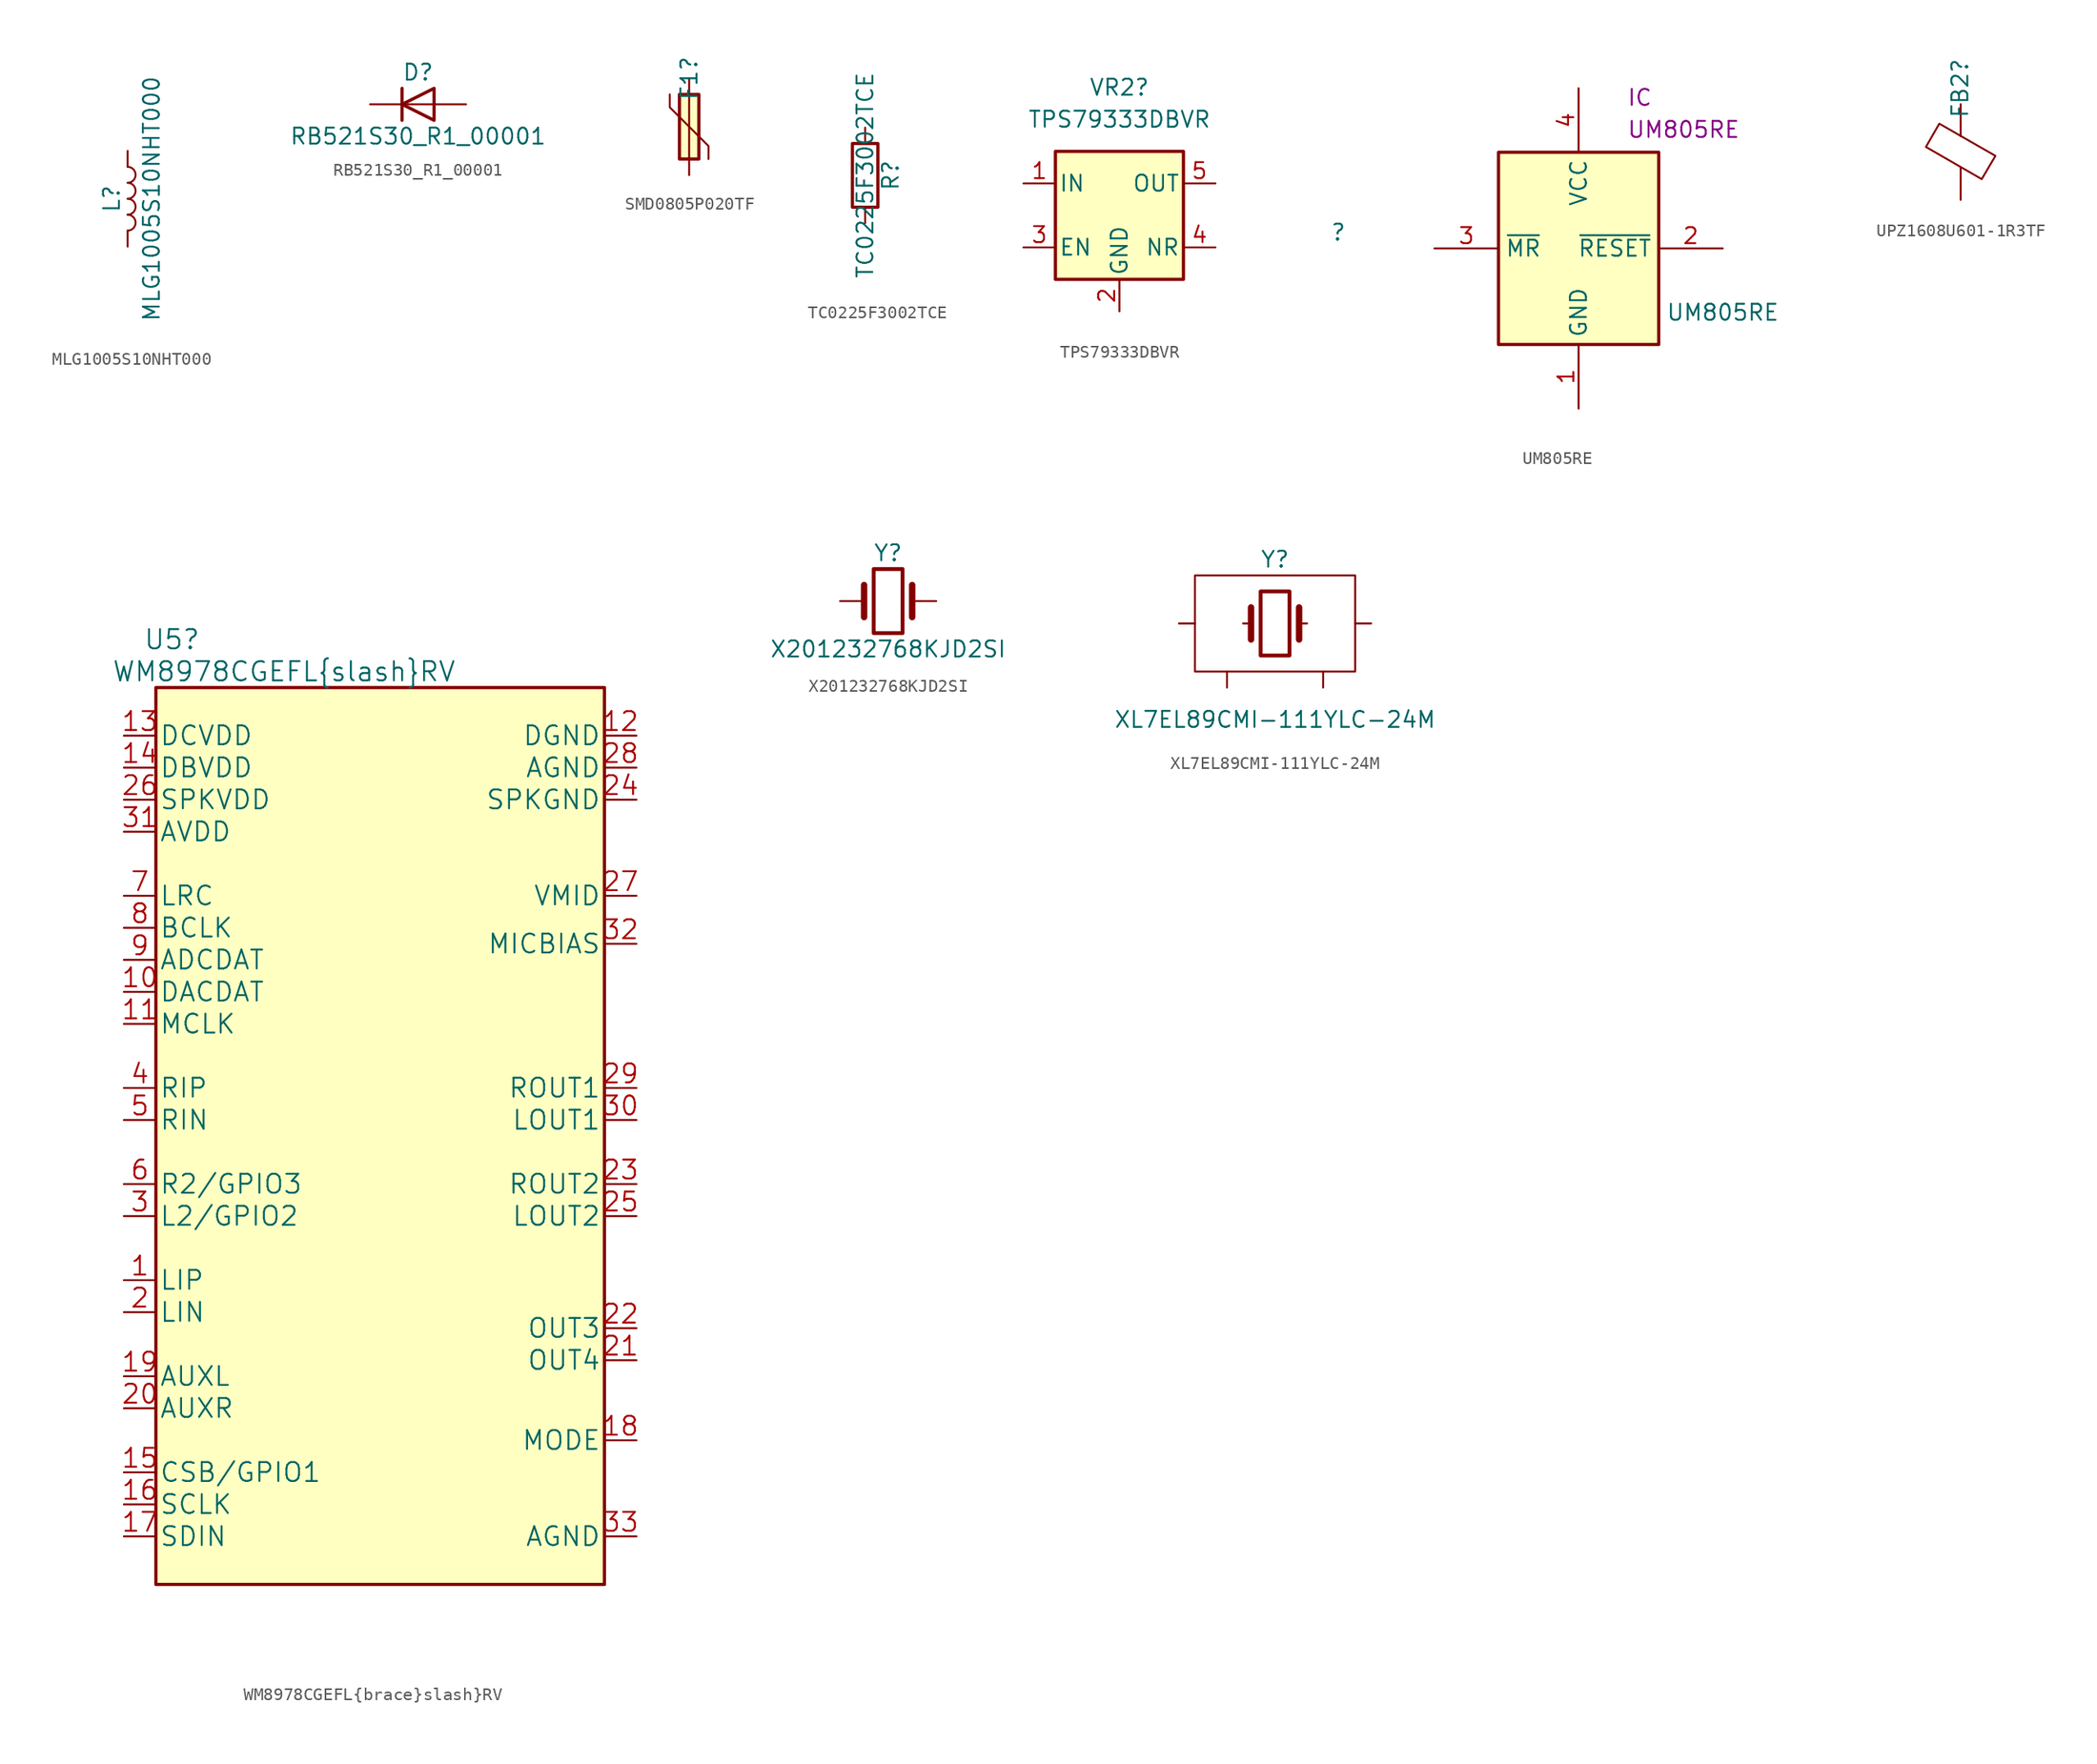
<source format=kicad_sym>
(kicad_symbol_lib
  (version 20211014)
  (generator kicad_symbol_editor)
  (symbol "MLG1005S10NHT000"
    (pin_numbers hide)
    (pin_names
      (offset 1.016) hide)
    (property "Reference" "L"
      (at -1.27 0 90)
      (effects (font (size 1.27 1.27))))
    (property "Value" "MLG1005S10NHT000"
      (at 1.905 0 90)
      (effects (font (size 1.27 1.27))))
    (symbol "MLG1005S10NHT000_0_1"
      (arc (start 0 -2.54) (mid 0.635 -1.905) (end 0 -1.27) (stroke (width 0) (type default) (color 0 0 0 0)) (fill (type none)))
      (arc (start 0 -1.27) (mid 0.635 -0.635) (end 0 0) (stroke (width 0) (type default) (color 0 0 0 0)) (fill (type none)))
      (arc (start 0 0) (mid 0.635 0.635) (end 0 1.27) (stroke (width 0) (type default) (color 0 0 0 0)) (fill (type none)))
      (arc (start 0 1.27) (mid 0.635 1.905) (end 0 2.54) (stroke (width 0) (type default) (color 0 0 0 0)) (fill (type none))))
    (symbol "MLG1005S10NHT000_1_1"
      (pin passive line (at 0 3.81 270) (length 1.27) (name "1" (effects (font (size 1.27 1.27)))) (number "1" (effects (font (size 1.27 1.27)))))
      (pin passive line (at 0 -3.81 90) (length 1.27) (name "2" (effects (font (size 1.27 1.27)))) (number "2" (effects (font (size 1.27 1.27)))))))
  (symbol "RB521S30_R1_00001"
    (pin_numbers hide)
    (pin_names
      (offset 1.016) hide)
    (property "Reference" "D"
      (at 0 2.54 0)
      (effects (font (size 1.27 1.27))))
    (property "Value" "RB521S30_R1_00001"
      (at 0 -2.54 0)
      (effects (font (size 1.27 1.27))))
    (symbol "RB521S30_R1_00001_0_1"
      (polyline (pts (xy -1.27 1.27) (xy -1.27 -1.27)) (stroke (width 0.254) (type default) (color 0 0 0 0)) (fill (type none)))
      (polyline (pts (xy 1.27 0) (xy -1.27 0)) (stroke (width 0) (type default) (color 0 0 0 0)) (fill (type none)))
      (polyline (pts (xy 1.27 1.27) (xy 1.27 -1.27) (xy -1.27 0) (xy 1.27 1.27)) (stroke (width 0.254) (type default) (color 0 0 0 0)) (fill (type none))))
    (symbol "RB521S30_R1_00001_1_1"
      (pin passive line (at -3.81 0 0) (length 2.54) (name "K" (effects (font (size 1.27 1.27)))) (number "1" (effects (font (size 1.27 1.27)))))
      (pin passive line (at 3.81 0 180) (length 2.54) (name "A" (effects (font (size 1.27 1.27)))) (number "2" (effects (font (size 1.27 1.27)))))))
  (symbol "SMD0805P020TF"
    (pin_numbers hide)
    (pin_names
      (offset 0))
    (property "Reference" "F1"
      (at 0 3.81 90)
      (effects (font (size 1.27 1.27))))
    (symbol "SMD0805P020TF_0_1"
      (rectangle (start -0.762 2.54) (end 0.762 -2.54) (stroke (width 0.254) (type default) (color 0 0 0 0)) (fill (type background)))
      (polyline (pts (xy 0 2.54) (xy 0 -2.54)) (stroke (width 0) (type default) (color 0 0 0 0)) (fill (type none)))
      (polyline (pts (xy -1.524 2.54) (xy -1.524 1.524) (xy 1.524 -1.524) (xy 1.524 -2.54)) (stroke (width 0) (type default) (color 0 0 0 0)) (fill (type none))))
    (symbol "SMD0805P020TF_1_1"
      (pin passive line (at 0 3.81 270) (length 1.27) (name "~" (effects (font (size 1.27 1.27)))) (number "1" (effects (font (size 1.27 1.27)))))
      (pin passive line (at 0 -3.81 90) (length 1.27) (name "~" (effects (font (size 1.27 1.27)))) (number "2" (effects (font (size 1.27 1.27)))))))
  (symbol "TC0225F3002TCE"
    (pin_numbers hide)
    (pin_names
      (offset 0))
    (property "Reference" "R"
      (at 2.032 0 90)
      (effects (font (size 1.27 1.27))))
    (property "Value" "TC0225F3002TCE"
      (at 0 0 90)
      (effects (font (size 1.27 1.27))))
    (symbol "TC0225F3002TCE_0_1"
      (rectangle (start -1.016 -2.54) (end 1.016 2.54) (stroke (width 0.254) (type default) (color 0 0 0 0)) (fill (type none))))
    (symbol "TC0225F3002TCE_1_1"
      (pin passive line (at 0 3.81 270) (length 1.27) (name "~" (effects (font (size 1.27 1.27)))) (number "1" (effects (font (size 1.27 1.27)))))
      (pin passive line (at 0 -3.81 90) (length 1.27) (name "~" (effects (font (size 1.27 1.27)))) (number "2" (effects (font (size 1.27 1.27)))))))
  (symbol "TPS79333DBVR"
    (pin_names
      (offset 0.254))
    (property "Reference" "VR2"
      (at 0 10.16 0)
      (effects (font (size 1.27 1.27))))
    (property "Value" "TPS79333DBVR"
      (at 0 7.62 0)
      (effects (font (size 1.27 1.27))))
    (symbol "TPS79333DBVR_1_1"
      (rectangle (start -5.08 5.08) (end 5.08 -5.08) (stroke (width 0.254) (type default) (color 0 0 0 0)) (fill (type background)))
      (pin power_in line (at -7.62 2.54 0) (length 2.54) (name "IN" (effects (font (size 1.27 1.27)))) (number "1" (effects (font (size 1.27 1.27)))))
      (pin power_in line (at 0 -7.62 90) (length 2.54) (name "GND" (effects (font (size 1.27 1.27)))) (number "2" (effects (font (size 1.27 1.27)))))
      (pin input line (at -7.62 -2.54 0) (length 2.54) (name "EN" (effects (font (size 1.27 1.27)))) (number "3" (effects (font (size 1.27 1.27)))))
      (pin bidirectional line (at 7.62 -2.54 180) (length 2.54) (name "NR" (effects (font (size 1.27 1.27)))) (number "4" (effects (font (size 1.27 1.27)))))
      (pin power_out line (at 7.62 2.54 180) (length 2.54) (name "OUT" (effects (font (size 1.27 1.27)))) (number "5" (effects (font (size 1.27 1.27)))))))
  (symbol "UM805RE"
    (property "Reference" ""
      (at -19.05 1.27 0)
      (effects (font (size 1.27 1.27))))
    (property "Value" "UM805RE"
      (at 11.43 -5.08 0)
      (effects (font (size 1.27 1.27))))
    (property "Reference_1" "IC"
      (at 3.81 12.7 0)
      (effects (font (size 1.27 1.27)) (justify left top)))
    (property "Value_1" "UM805RE"
      (at 3.81 10.16 0)
      (effects (font (size 1.27 1.27)) (justify left top)))
    (symbol "UM805RE_1_1"
      (rectangle (start -6.35 7.62) (end 6.35 -7.62) (stroke (width 0.254) (type default) (color 0 0 0 0)) (fill (type background)))
      (pin passive line (at 0 -12.7 90) (length 5.08) (name "GND" (effects (font (size 1.27 1.27)))) (number "1" (effects (font (size 1.27 1.27)))))
      (pin passive line (at 11.43 0 180) (length 5.08) (name "~{RESET}" (effects (font (size 1.27 1.27)))) (number "2" (effects (font (size 1.27 1.27)))))
      (pin passive line (at -11.43 0 0) (length 5.08) (name "~{MR}" (effects (font (size 1.27 1.27)))) (number "3" (effects (font (size 1.27 1.27)))))
      (pin power_in line (at 0 12.7 270) (length 5.08) (name "VCC" (effects (font (size 1.27 1.27)))) (number "4" (effects (font (size 1.27 1.27)))))))
  (symbol "UPZ1608U601-1R3TF"
    (pin_numbers hide)
    (pin_names
      (offset 0))
    (property "Reference" "FB2"
      (at -0.051 5.08 90)
      (effects (font (size 1.27 1.27))))
    (symbol "UPZ1608U601-1R3TF_0_1"
      (polyline (pts (xy 0 -1.27) (xy 0 -1.219)) (stroke (width 0) (type default) (color 0 0 0 0)) (fill (type none)))
      (polyline (pts (xy 0 1.27) (xy 0 1.295)) (stroke (width 0) (type default) (color 0 0 0 0)) (fill (type none)))
      (polyline (pts (xy -2.769 0.406) (xy -1.702 2.261) (xy 2.769 -0.305) (xy 1.676 -2.159) (xy -2.769 0.406)) (stroke (width 0) (type default) (color 0 0 0 0)) (fill (type none))))
    (symbol "UPZ1608U601-1R3TF_1_1"
      (pin passive line (at 0 3.81 270) (length 2.54) (name "~" (effects (font (size 1.27 1.27)))) (number "1" (effects (font (size 1.27 1.27)))))
      (pin passive line (at 0 -3.81 90) (length 2.54) (name "~" (effects (font (size 1.27 1.27)))) (number "2" (effects (font (size 1.27 1.27)))))))
  (symbol "WM8978CGEFL{brace}slash}RV"
    (pin_names
      (offset 0.254))
    (property "Reference" "U5"
      (at -15.24 39.37 0)
      (effects (font (size 1.524 1.524))))
    (property "Value" "WM8978CGEFL{brace}slash}RV"
      (at -6.35 36.83 0)
      (effects (font (size 1.524 1.524))))
    (property "Datasheet" ""
      (at -20.32 0 0)
      (effects (font (size 1.524 1.524))))
    (symbol "WM8978CGEFL{brace}slash}RV_1_1"
      (rectangle (start -16.51 35.56) (end 19.05 -35.56) (stroke (width 0.254) (type default) (color 0 0 0 0)) (fill (type background)))
      (pin unspecified line (at -19.05 -11.43 0) (length 2.54) (name "LIP" (effects (font (size 1.499 1.499)))) (number "1" (effects (font (size 1.499 1.499)))))
      (pin input line (at -19.05 11.43 0) (length 2.54) (name "DACDAT" (effects (font (size 1.499 1.499)))) (number "10" (effects (font (size 1.499 1.499)))))
      (pin input line (at -19.05 8.89 0) (length 2.54) (name "MCLK" (effects (font (size 1.499 1.499)))) (number "11" (effects (font (size 1.499 1.499)))))
      (pin power_in line (at 21.59 31.75 180) (length 2.54) (name "DGND" (effects (font (size 1.499 1.499)))) (number "12" (effects (font (size 1.499 1.499)))))
      (pin power_in line (at -19.05 31.75 0) (length 2.54) (name "DCVDD" (effects (font (size 1.499 1.499)))) (number "13" (effects (font (size 1.499 1.499)))))
      (pin power_in line (at -19.05 29.21 0) (length 2.54) (name "DBVDD" (effects (font (size 1.499 1.499)))) (number "14" (effects (font (size 1.499 1.499)))))
      (pin bidirectional line (at -19.05 -26.67 0) (length 2.54) (name "CSB/GPIO1" (effects (font (size 1.499 1.499)))) (number "15" (effects (font (size 1.499 1.499)))))
      (pin input line (at -19.05 -29.21 0) (length 2.54) (name "SCLK" (effects (font (size 1.499 1.499)))) (number "16" (effects (font (size 1.499 1.499)))))
      (pin bidirectional line (at -19.05 -31.75 0) (length 2.54) (name "SDIN" (effects (font (size 1.499 1.499)))) (number "17" (effects (font (size 1.499 1.499)))))
      (pin input line (at 21.59 -24.13 180) (length 2.54) (name "MODE" (effects (font (size 1.499 1.499)))) (number "18" (effects (font (size 1.499 1.499)))))
      (pin unspecified line (at -19.05 -19.05 0) (length 2.54) (name "AUXL" (effects (font (size 1.499 1.499)))) (number "19" (effects (font (size 1.499 1.499)))))
      (pin unspecified line (at -19.05 -13.97 0) (length 2.54) (name "LIN" (effects (font (size 1.499 1.499)))) (number "2" (effects (font (size 1.499 1.499)))))
      (pin unspecified line (at -19.05 -21.59 0) (length 2.54) (name "AUXR" (effects (font (size 1.499 1.499)))) (number "20" (effects (font (size 1.499 1.499)))))
      (pin unspecified line (at 21.59 -17.78 180) (length 2.54) (name "OUT4" (effects (font (size 1.499 1.499)))) (number "21" (effects (font (size 1.499 1.499)))))
      (pin unspecified line (at 21.59 -15.24 180) (length 2.54) (name "OUT3" (effects (font (size 1.499 1.499)))) (number "22" (effects (font (size 1.499 1.499)))))
      (pin unspecified line (at 21.59 -3.81 180) (length 2.54) (name "ROUT2" (effects (font (size 1.499 1.499)))) (number "23" (effects (font (size 1.499 1.499)))))
      (pin power_in line (at 21.59 26.67 180) (length 2.54) (name "SPKGND" (effects (font (size 1.499 1.499)))) (number "24" (effects (font (size 1.499 1.499)))))
      (pin unspecified line (at 21.59 -6.35 180) (length 2.54) (name "LOUT2" (effects (font (size 1.499 1.499)))) (number "25" (effects (font (size 1.499 1.499)))))
      (pin power_in line (at -19.05 26.67 0) (length 2.54) (name "SPKVDD" (effects (font (size 1.499 1.499)))) (number "26" (effects (font (size 1.499 1.499)))))
      (pin unspecified line (at 21.59 19.05 180) (length 2.54) (name "VMID" (effects (font (size 1.499 1.499)))) (number "27" (effects (font (size 1.499 1.499)))))
      (pin power_in line (at 21.59 29.21 180) (length 2.54) (name "AGND" (effects (font (size 1.499 1.499)))) (number "28" (effects (font (size 1.499 1.499)))))
      (pin unspecified line (at 21.59 3.81 180) (length 2.54) (name "ROUT1" (effects (font (size 1.499 1.499)))) (number "29" (effects (font (size 1.499 1.499)))))
      (pin unspecified line (at -19.05 -6.35 0) (length 2.54) (name "L2/GPIO2" (effects (font (size 1.499 1.499)))) (number "3" (effects (font (size 1.499 1.499)))))
      (pin unspecified line (at 21.59 1.27 180) (length 2.54) (name "LOUT1" (effects (font (size 1.499 1.499)))) (number "30" (effects (font (size 1.499 1.499)))))
      (pin power_in line (at -19.05 24.13 0) (length 2.54) (name "AVDD" (effects (font (size 1.499 1.499)))) (number "31" (effects (font (size 1.499 1.499)))))
      (pin unspecified line (at 21.59 15.24 180) (length 2.54) (name "MICBIAS" (effects (font (size 1.499 1.499)))) (number "32" (effects (font (size 1.499 1.499)))))
      (pin power_in line (at 21.59 -31.75 180) (length 2.54) (name "AGND" (effects (font (size 1.499 1.499)))) (number "33" (effects (font (size 1.499 1.499)))))
      (pin unspecified line (at -19.05 3.81 0) (length 2.54) (name "RIP" (effects (font (size 1.499 1.499)))) (number "4" (effects (font (size 1.499 1.499)))))
      (pin unspecified line (at -19.05 1.27 0) (length 2.54) (name "RIN" (effects (font (size 1.499 1.499)))) (number "5" (effects (font (size 1.499 1.499)))))
      (pin unspecified line (at -19.05 -3.81 0) (length 2.54) (name "R2/GPIO3" (effects (font (size 1.499 1.499)))) (number "6" (effects (font (size 1.499 1.499)))))
      (pin bidirectional line (at -19.05 19.05 0) (length 2.54) (name "LRC" (effects (font (size 1.499 1.499)))) (number "7" (effects (font (size 1.499 1.499)))))
      (pin bidirectional line (at -19.05 16.51 0) (length 2.54) (name "BCLK" (effects (font (size 1.499 1.499)))) (number "8" (effects (font (size 1.499 1.499)))))
      (pin output line (at -19.05 13.97 0) (length 2.54) (name "ADCDAT" (effects (font (size 1.499 1.499)))) (number "9" (effects (font (size 1.499 1.499)))))))
  (symbol "X201232768KJD2SI"
    (pin_numbers hide)
    (pin_names
      (offset 1.016) hide)
    (property "Reference" "Y"
      (at 0 3.81 0)
      (effects (font (size 1.27 1.27))))
    (property "Value" "X201232768KJD2SI"
      (at 0 -3.81 0)
      (effects (font (size 1.27 1.27))))
    (symbol "X201232768KJD2SI_0_1"
      (rectangle (start -1.143 2.54) (end 1.143 -2.54) (stroke (width 0.305) (type default) (color 0 0 0 0)) (fill (type none)))
      (polyline (pts (xy -2.54 0) (xy -1.905 0)) (stroke (width 0) (type default) (color 0 0 0 0)) (fill (type none)))
      (polyline (pts (xy -1.905 -1.27) (xy -1.905 1.27)) (stroke (width 0.508) (type default) (color 0 0 0 0)) (fill (type none)))
      (polyline (pts (xy 1.905 -1.27) (xy 1.905 1.27)) (stroke (width 0.508) (type default) (color 0 0 0 0)) (fill (type none)))
      (polyline (pts (xy 2.54 0) (xy 1.905 0)) (stroke (width 0) (type default) (color 0 0 0 0)) (fill (type none))))
    (symbol "X201232768KJD2SI_1_1"
      (pin passive line (at -3.81 0 0) (length 1.27) (name "1" (effects (font (size 1.27 1.27)))) (number "1" (effects (font (size 1.27 1.27)))))
      (pin passive line (at 3.81 0 180) (length 1.27) (name "2" (effects (font (size 1.27 1.27)))) (number "2" (effects (font (size 1.27 1.27)))))))
  (symbol "XL7EL89CMI-111YLC-24M"
    (pin_numbers hide)
    (pin_names
      (offset 1.016) hide)
    (property "Reference" "Y"
      (at 0 5.08 0)
      (effects (font (size 1.27 1.27))))
    (property "Value" "XL7EL89CMI-111YLC-24M"
      (at 0 -7.62 0)
      (effects (font (size 1.27 1.27))))
    (symbol "XL7EL89CMI-111YLC-24M_0_1"
      (rectangle (start -6.35 3.81) (end 6.35 -3.81) (stroke (width 0) (type default) (color 0 0 0 0)) (fill (type none)))
      (rectangle (start -1.143 2.54) (end 1.143 -2.54) (stroke (width 0.305) (type default) (color 0 0 0 0)) (fill (type none)))
      (polyline (pts (xy -2.54 0) (xy -1.905 0)) (stroke (width 0) (type default) (color 0 0 0 0)) (fill (type none)))
      (polyline (pts (xy -1.905 -1.27) (xy -1.905 1.27)) (stroke (width 0.508) (type default) (color 0 0 0 0)) (fill (type none)))
      (polyline (pts (xy 1.905 -1.27) (xy 1.905 1.27)) (stroke (width 0.508) (type default) (color 0 0 0 0)) (fill (type none)))
      (polyline (pts (xy 2.54 0) (xy 1.905 0)) (stroke (width 0) (type default) (color 0 0 0 0)) (fill (type none))))
    (symbol "XL7EL89CMI-111YLC-24M_1_1"
      (pin passive line (at -7.62 0 0) (length 1.27) (name "1" (effects (font (size 1.27 1.27)))) (number "1" (effects (font (size 1.27 1.27)))))
      (pin passive line (at -3.81 -5.08 90) (length 1.27) (name "GND" (effects (font (size 1.27 1.27)))) (number "2" (effects (font (size 1.27 1.27)))))
      (pin passive line (at 7.62 0 180) (length 1.27) (name "3" (effects (font (size 1.27 1.27)))) (number "3" (effects (font (size 1.27 1.27)))))
      (pin passive line (at 3.81 -5.08 90) (length 1.27) (name "GND" (effects (font (size 1.27 1.27)))) (number "4" (effects (font (size 1.27 1.27))))))))
</source>
